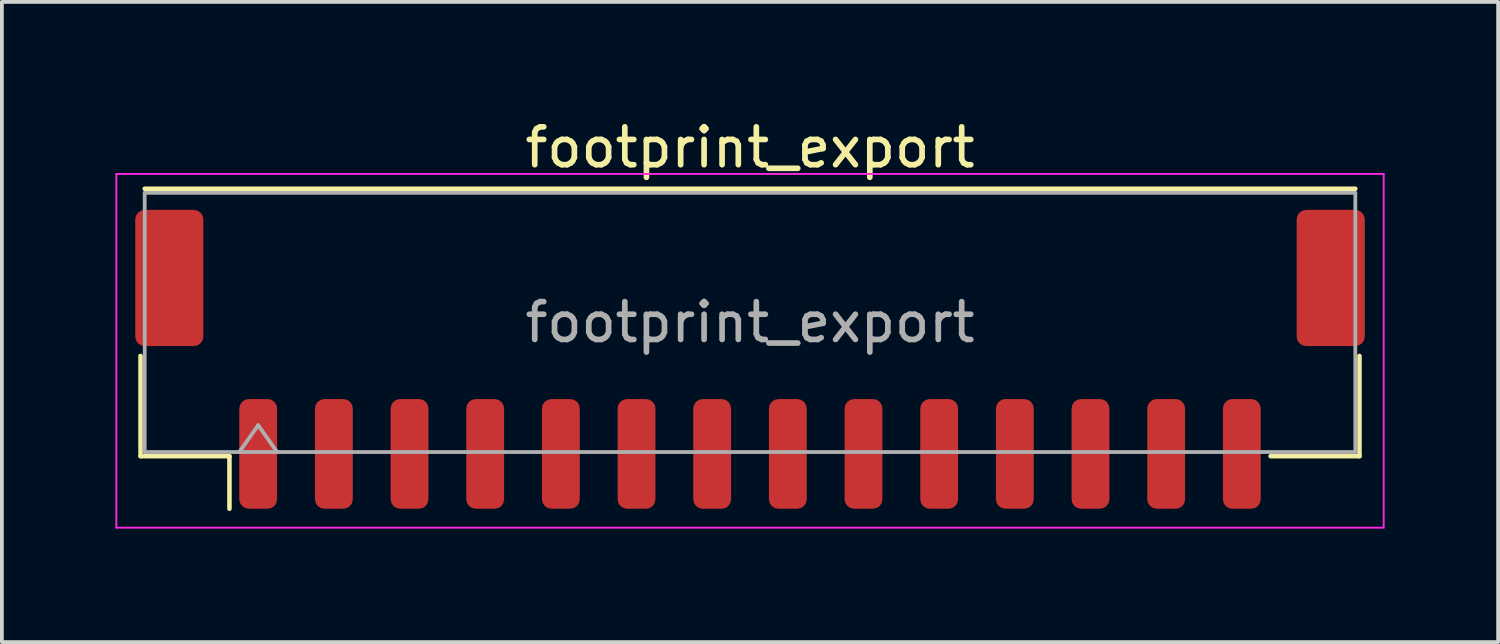
<source format=kicad_pcb>
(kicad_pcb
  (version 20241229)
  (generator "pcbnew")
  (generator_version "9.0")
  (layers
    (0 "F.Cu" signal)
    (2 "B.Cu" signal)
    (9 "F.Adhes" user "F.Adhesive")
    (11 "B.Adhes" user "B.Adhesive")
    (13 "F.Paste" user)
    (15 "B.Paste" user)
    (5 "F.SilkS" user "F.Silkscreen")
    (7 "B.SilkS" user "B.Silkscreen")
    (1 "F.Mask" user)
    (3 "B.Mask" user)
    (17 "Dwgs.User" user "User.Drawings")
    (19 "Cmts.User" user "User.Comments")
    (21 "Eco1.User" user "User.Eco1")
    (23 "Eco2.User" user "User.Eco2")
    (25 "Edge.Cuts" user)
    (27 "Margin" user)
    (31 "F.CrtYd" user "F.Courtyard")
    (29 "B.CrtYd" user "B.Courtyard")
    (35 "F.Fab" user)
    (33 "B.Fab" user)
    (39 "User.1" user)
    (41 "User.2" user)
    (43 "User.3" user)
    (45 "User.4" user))
  (footprint "footprint_export"
    (layer "F.Cu")
    (at 16.775 6.448)
    (property "Reference" "footprint_export" (at 0 -5.6 0) (layer "F.SilkS") (effects (font (size 1 1) (thickness 0.15))))
    (attr smd)
    (fp_line (start -16.11 -0.09) (end -16.11 2.56) (stroke (width 0.12) (type solid)) (layer "F.SilkS"))
    (fp_line (start -16.11 2.56) (end -13.76 2.56) (stroke (width 0.12) (type solid)) (layer "F.SilkS"))
    (fp_line (start -16 -4.51) (end 16 -4.51) (stroke (width 0.12) (type solid)) (layer "F.SilkS"))
    (fp_line (start -13.76 2.56) (end -13.76 3.95) (stroke (width 0.12) (type solid)) (layer "F.SilkS"))
    (fp_line (start 16.11 -0.09) (end 16.11 2.56) (stroke (width 0.12) (type solid)) (layer "F.SilkS"))
    (fp_line (start 16.11 2.56) (end 13.76 2.56) (stroke (width 0.12) (type solid)) (layer "F.SilkS"))
    (fp_line (start -16.75 -4.9) (end -16.75 4.45) (stroke (width 0.05) (type solid)) (layer "F.CrtYd"))
    (fp_line (start -16.75 4.45) (end 16.75 4.45) (stroke (width 0.05) (type solid)) (layer "F.CrtYd"))
    (fp_line (start 16.75 -4.9) (end -16.75 -4.9) (stroke (width 0.05) (type solid)) (layer "F.CrtYd"))
    (fp_line (start 16.75 4.45) (end 16.75 -4.9) (stroke (width 0.05) (type solid)) (layer "F.CrtYd"))
    (fp_line (start -16 -4.4) (end 16 -4.4) (stroke (width 0.1) (type solid)) (layer "F.Fab"))
    (fp_line (start -16 2.45) (end -16 -4.4) (stroke (width 0.1) (type solid)) (layer "F.Fab"))
    (fp_line (start -16 2.45) (end 16 2.45) (stroke (width 0.1) (type solid)) (layer "F.Fab"))
    (fp_line (start -13.5 2.45) (end -13 1.743) (stroke (width 0.1) (type solid)) (layer "F.Fab"))
    (fp_line (start -13 1.743) (end -12.5 2.45) (stroke (width 0.1) (type solid)) (layer "F.Fab"))
    (fp_line (start 16 2.45) (end 16 -4.4) (stroke (width 0.1) (type solid)) (layer "F.Fab"))
    (fp_text user "${REFERENCE}" (at 0 -0.98 0) (layer "F.Fab") (effects (font (size 1 1) (thickness 0.15))))
    (pad "1" smd roundrect (at -13 2.5) (size 1 2.9) (layers "F.Cu" "F.Mask" "F.Paste") (roundrect_rratio 0.25))
    (pad "2" smd roundrect (at -11 2.5) (size 1 2.9) (layers "F.Cu" "F.Mask" "F.Paste") (roundrect_rratio 0.25))
    (pad "3" smd roundrect (at -9 2.5) (size 1 2.9) (layers "F.Cu" "F.Mask" "F.Paste") (roundrect_rratio 0.25))
    (pad "4" smd roundrect (at -7 2.5) (size 1 2.9) (layers "F.Cu" "F.Mask" "F.Paste") (roundrect_rratio 0.25))
    (pad "5" smd roundrect (at -5 2.5) (size 1 2.9) (layers "F.Cu" "F.Mask" "F.Paste") (roundrect_rratio 0.25))
    (pad "6" smd roundrect (at -3 2.5) (size 1 2.9) (layers "F.Cu" "F.Mask" "F.Paste") (roundrect_rratio 0.25))
    (pad "7" smd roundrect (at -1 2.5) (size 1 2.9) (layers "F.Cu" "F.Mask" "F.Paste") (roundrect_rratio 0.25))
    (pad "8" smd roundrect (at 1 2.5) (size 1 2.9) (layers "F.Cu" "F.Mask" "F.Paste") (roundrect_rratio 0.25))
    (pad "9" smd roundrect (at 3 2.5) (size 1 2.9) (layers "F.Cu" "F.Mask" "F.Paste") (roundrect_rratio 0.25))
    (pad "10" smd roundrect (at 5 2.5) (size 1 2.9) (layers "F.Cu" "F.Mask" "F.Paste") (roundrect_rratio 0.25))
    (pad "11" smd roundrect (at 7 2.5) (size 1 2.9) (layers "F.Cu" "F.Mask" "F.Paste") (roundrect_rratio 0.25))
    (pad "12" smd roundrect (at 9 2.5) (size 1 2.9) (layers "F.Cu" "F.Mask" "F.Paste") (roundrect_rratio 0.25))
    (pad "13" smd roundrect (at 11 2.5) (size 1 2.9) (layers "F.Cu" "F.Mask" "F.Paste") (roundrect_rratio 0.25))
    (pad "14" smd roundrect (at 13 2.5) (size 1 2.9) (layers "F.Cu" "F.Mask" "F.Paste") (roundrect_rratio 0.25))
    (pad "MP" smd roundrect (at -15.35 -2.15) (size 1.8 3.6) (layers "F.Cu" "F.Mask" "F.Paste") (roundrect_rratio 0.139))
    (pad "MP" smd roundrect (at 15.35 -2.15) (size 1.8 3.6) (layers "F.Cu" "F.Mask" "F.Paste") (roundrect_rratio 0.139)))
  (gr_rect
    (start -3 -3)
    (end 36.55 13.923)
    (stroke (width 0.1) (type default))
    (fill no)
    (layer "Edge.Cuts")))
</source>
